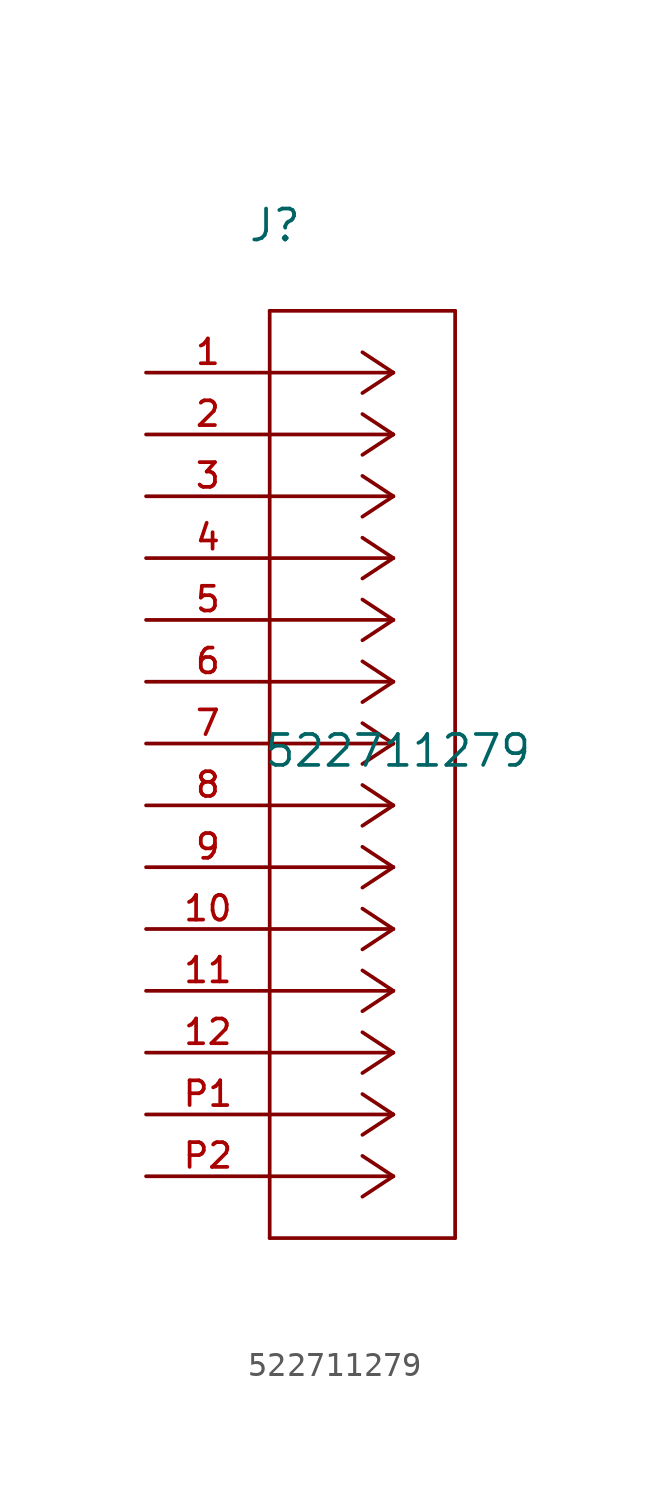
<source format=kicad_sym>
(kicad_symbol_lib
  (version 20211014)
  (generator kicad_symbol_editor)
  (symbol "522711279"
    (pin_names
      (offset 1.016))
    (property "Reference" "J"
      (at 4.166 5.309 0.0)
      (effects (font (size 1.27 1.27)) (justify bottom left)))
    (property "Value" "522711279"
      (at 4.801 -16.281 0.0)
      (effects (font (size 1.27 1.27)) (justify bottom left)))
    (symbol "522711279_0_0"
      (polyline (pts (xy 10.16 0.0) (xy 5.08 0.0)) (stroke (width 0.152)))
      (polyline (pts (xy 10.16 -2.54) (xy 5.08 -2.54)) (stroke (width 0.152)))
      (polyline (pts (xy 10.16 -5.08) (xy 5.08 -5.08)) (stroke (width 0.152)))
      (polyline (pts (xy 10.16 -7.62) (xy 5.08 -7.62)) (stroke (width 0.152)))
      (polyline (pts (xy 10.16 -10.16) (xy 5.08 -10.16)) (stroke (width 0.152)))
      (polyline (pts (xy 10.16 -12.7) (xy 5.08 -12.7)) (stroke (width 0.152)))
      (polyline (pts (xy 10.16 -15.24) (xy 5.08 -15.24)) (stroke (width 0.152)))
      (polyline (pts (xy 10.16 -17.78) (xy 5.08 -17.78)) (stroke (width 0.152)))
      (polyline (pts (xy 10.16 -20.32) (xy 5.08 -20.32)) (stroke (width 0.152)))
      (polyline (pts (xy 10.16 -22.86) (xy 5.08 -22.86)) (stroke (width 0.152)))
      (polyline (pts (xy 10.16 -25.4) (xy 5.08 -25.4)) (stroke (width 0.152)))
      (polyline (pts (xy 10.16 -27.94) (xy 5.08 -27.94)) (stroke (width 0.152)))
      (polyline (pts (xy 10.16 -30.48) (xy 5.08 -30.48)) (stroke (width 0.152)))
      (polyline (pts (xy 10.16 -33.02) (xy 5.08 -33.02)) (stroke (width 0.152)))
      (polyline (pts (xy 10.16 0.0) (xy 8.89 0.838)) (stroke (width 0.152)))
      (polyline (pts (xy 10.16 -2.54) (xy 8.89 -1.702)) (stroke (width 0.152)))
      (polyline (pts (xy 10.16 -5.08) (xy 8.89 -4.242)) (stroke (width 0.152)))
      (polyline (pts (xy 10.16 -7.62) (xy 8.89 -6.782)) (stroke (width 0.152)))
      (polyline (pts (xy 10.16 -10.16) (xy 8.89 -9.322)) (stroke (width 0.152)))
      (polyline (pts (xy 10.16 -12.7) (xy 8.89 -11.862)) (stroke (width 0.152)))
      (polyline (pts (xy 10.16 -15.24) (xy 8.89 -14.402)) (stroke (width 0.152)))
      (polyline (pts (xy 10.16 -17.78) (xy 8.89 -16.942)) (stroke (width 0.152)))
      (polyline (pts (xy 10.16 -20.32) (xy 8.89 -19.482)) (stroke (width 0.152)))
      (polyline (pts (xy 10.16 -22.86) (xy 8.89 -22.022)) (stroke (width 0.152)))
      (polyline (pts (xy 10.16 -25.4) (xy 8.89 -24.562)) (stroke (width 0.152)))
      (polyline (pts (xy 10.16 -27.94) (xy 8.89 -27.102)) (stroke (width 0.152)))
      (polyline (pts (xy 10.16 -30.48) (xy 8.89 -29.642)) (stroke (width 0.152)))
      (polyline (pts (xy 10.16 -33.02) (xy 8.89 -32.182)) (stroke (width 0.152)))
      (polyline (pts (xy 10.16 0.0) (xy 8.89 -0.838)) (stroke (width 0.152)))
      (polyline (pts (xy 10.16 -2.54) (xy 8.89 -3.378)) (stroke (width 0.152)))
      (polyline (pts (xy 10.16 -5.08) (xy 8.89 -5.918)) (stroke (width 0.152)))
      (polyline (pts (xy 10.16 -7.62) (xy 8.89 -8.458)) (stroke (width 0.152)))
      (polyline (pts (xy 10.16 -10.16) (xy 8.89 -10.998)) (stroke (width 0.152)))
      (polyline (pts (xy 10.16 -12.7) (xy 8.89 -13.538)) (stroke (width 0.152)))
      (polyline (pts (xy 10.16 -15.24) (xy 8.89 -16.078)) (stroke (width 0.152)))
      (polyline (pts (xy 10.16 -17.78) (xy 8.89 -18.618)) (stroke (width 0.152)))
      (polyline (pts (xy 10.16 -20.32) (xy 8.89 -21.158)) (stroke (width 0.152)))
      (polyline (pts (xy 10.16 -22.86) (xy 8.89 -23.698)) (stroke (width 0.152)))
      (polyline (pts (xy 10.16 -25.4) (xy 8.89 -26.238)) (stroke (width 0.152)))
      (polyline (pts (xy 10.16 -27.94) (xy 8.89 -28.778)) (stroke (width 0.152)))
      (polyline (pts (xy 10.16 -30.48) (xy 8.89 -31.318)) (stroke (width 0.152)))
      (polyline (pts (xy 10.16 -33.02) (xy 8.89 -33.858)) (stroke (width 0.152)))
      (polyline (pts (xy 5.08 2.54) (xy 5.08 -35.56)) (stroke (width 0.152)))
      (polyline (pts (xy 5.08 -35.56) (xy 12.7 -35.56)) (stroke (width 0.152)))
      (polyline (pts (xy 12.7 -35.56) (xy 12.7 2.54)) (stroke (width 0.152)))
      (polyline (pts (xy 12.7 2.54) (xy 5.08 2.54)) (stroke (width 0.152)))
      (pin passive line (at 0.0 0.0 0) (length 5.08) (name "~" (effects (font (size 1.016 1.016)))) (number "1" (effects (font (size 1.016 1.016)))))
      (pin passive line (at 0.0 -2.54 0) (length 5.08) (name "~" (effects (font (size 1.016 1.016)))) (number "2" (effects (font (size 1.016 1.016)))))
      (pin passive line (at 0.0 -5.08 0) (length 5.08) (name "~" (effects (font (size 1.016 1.016)))) (number "3" (effects (font (size 1.016 1.016)))))
      (pin passive line (at 0.0 -7.62 0) (length 5.08) (name "~" (effects (font (size 1.016 1.016)))) (number "4" (effects (font (size 1.016 1.016)))))
      (pin passive line (at 0.0 -10.16 0) (length 5.08) (name "~" (effects (font (size 1.016 1.016)))) (number "5" (effects (font (size 1.016 1.016)))))
      (pin passive line (at 0.0 -12.7 0) (length 5.08) (name "~" (effects (font (size 1.016 1.016)))) (number "6" (effects (font (size 1.016 1.016)))))
      (pin passive line (at 0.0 -15.24 0) (length 5.08) (name "~" (effects (font (size 1.016 1.016)))) (number "7" (effects (font (size 1.016 1.016)))))
      (pin passive line (at 0.0 -17.78 0) (length 5.08) (name "~" (effects (font (size 1.016 1.016)))) (number "8" (effects (font (size 1.016 1.016)))))
      (pin passive line (at 0.0 -20.32 0) (length 5.08) (name "~" (effects (font (size 1.016 1.016)))) (number "9" (effects (font (size 1.016 1.016)))))
      (pin passive line (at 0.0 -22.86 0) (length 5.08) (name "~" (effects (font (size 1.016 1.016)))) (number "10" (effects (font (size 1.016 1.016)))))
      (pin passive line (at 0.0 -25.4 0) (length 5.08) (name "~" (effects (font (size 1.016 1.016)))) (number "11" (effects (font (size 1.016 1.016)))))
      (pin passive line (at 0.0 -27.94 0) (length 5.08) (name "~" (effects (font (size 1.016 1.016)))) (number "12" (effects (font (size 1.016 1.016)))))
      (pin passive line (at 0.0 -30.48 0) (length 5.08) (name "~" (effects (font (size 1.016 1.016)))) (number "P1" (effects (font (size 1.016 1.016)))))
      (pin passive line (at 0.0 -33.02 0) (length 5.08) (name "~" (effects (font (size 1.016 1.016)))) (number "P2" (effects (font (size 1.016 1.016))))))))
</source>
